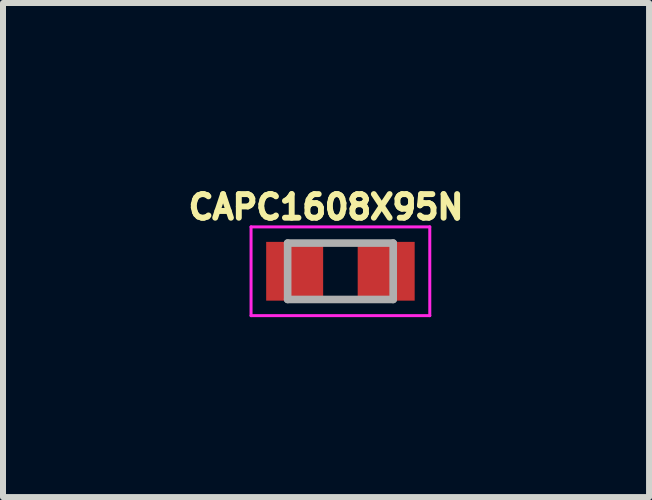
<source format=kicad_pcb>
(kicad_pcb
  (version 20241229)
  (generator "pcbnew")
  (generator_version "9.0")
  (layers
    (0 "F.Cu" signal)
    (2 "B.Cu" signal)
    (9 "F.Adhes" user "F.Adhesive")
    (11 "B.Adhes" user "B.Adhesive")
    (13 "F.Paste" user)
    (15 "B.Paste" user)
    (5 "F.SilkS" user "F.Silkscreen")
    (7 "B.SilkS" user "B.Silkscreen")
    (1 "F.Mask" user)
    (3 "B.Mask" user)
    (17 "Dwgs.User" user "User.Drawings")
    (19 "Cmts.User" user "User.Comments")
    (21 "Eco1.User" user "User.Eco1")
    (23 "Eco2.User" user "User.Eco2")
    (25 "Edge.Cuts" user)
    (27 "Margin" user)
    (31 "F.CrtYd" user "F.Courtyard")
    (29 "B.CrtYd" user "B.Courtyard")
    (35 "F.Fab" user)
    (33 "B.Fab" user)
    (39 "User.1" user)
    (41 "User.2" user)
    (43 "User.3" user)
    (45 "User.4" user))
  (footprint "CAPC1608X95N"
    (layer "F.Cu")
    (at 2.626 1.473)
    (property "Reference" "CAPC1608X95N" (at -0.24 -1.07 0) (layer "F.SilkS") (effects (font (size 0.394 0.394) (thickness 0.15))))
    (attr smd)
    (fp_line (start -1.49 -0.74) (end 1.49 -0.74) (stroke (width 0.05) (type solid)) (layer "F.CrtYd"))
    (fp_line (start -1.49 0.74) (end -1.49 -0.74) (stroke (width 0.05) (type solid)) (layer "F.CrtYd"))
    (fp_line (start -1.49 0.74) (end 1.49 0.74) (stroke (width 0.05) (type solid)) (layer "F.CrtYd"))
    (fp_line (start 1.49 0.74) (end 1.49 -0.74) (stroke (width 0.05) (type solid)) (layer "F.CrtYd"))
    (fp_line (start -0.88 0.47) (end -0.88 -0.47) (stroke (width 0.127) (type solid)) (layer "F.Fab"))
    (fp_line (start 0.88 -0.47) (end -0.88 -0.47) (stroke (width 0.127) (type solid)) (layer "F.Fab"))
    (fp_line (start 0.88 0.47) (end -0.88 0.47) (stroke (width 0.127) (type solid)) (layer "F.Fab"))
    (fp_line (start 0.88 0.47) (end 0.88 -0.47) (stroke (width 0.127) (type solid)) (layer "F.Fab"))
    (pad "1" smd rect (at -0.763 0) (size 0.95 0.98) (layers "F.Cu" "F.Mask" "F.Paste"))
    (pad "2" smd rect (at 0.763 0) (size 0.95 0.98) (layers "F.Cu" "F.Mask" "F.Paste")))
  (gr_rect
    (start -3 -3)
    (end 7.772 5.238)
    (stroke (width 0.1) (type default))
    (fill no)
    (layer "Edge.Cuts")))
</source>
